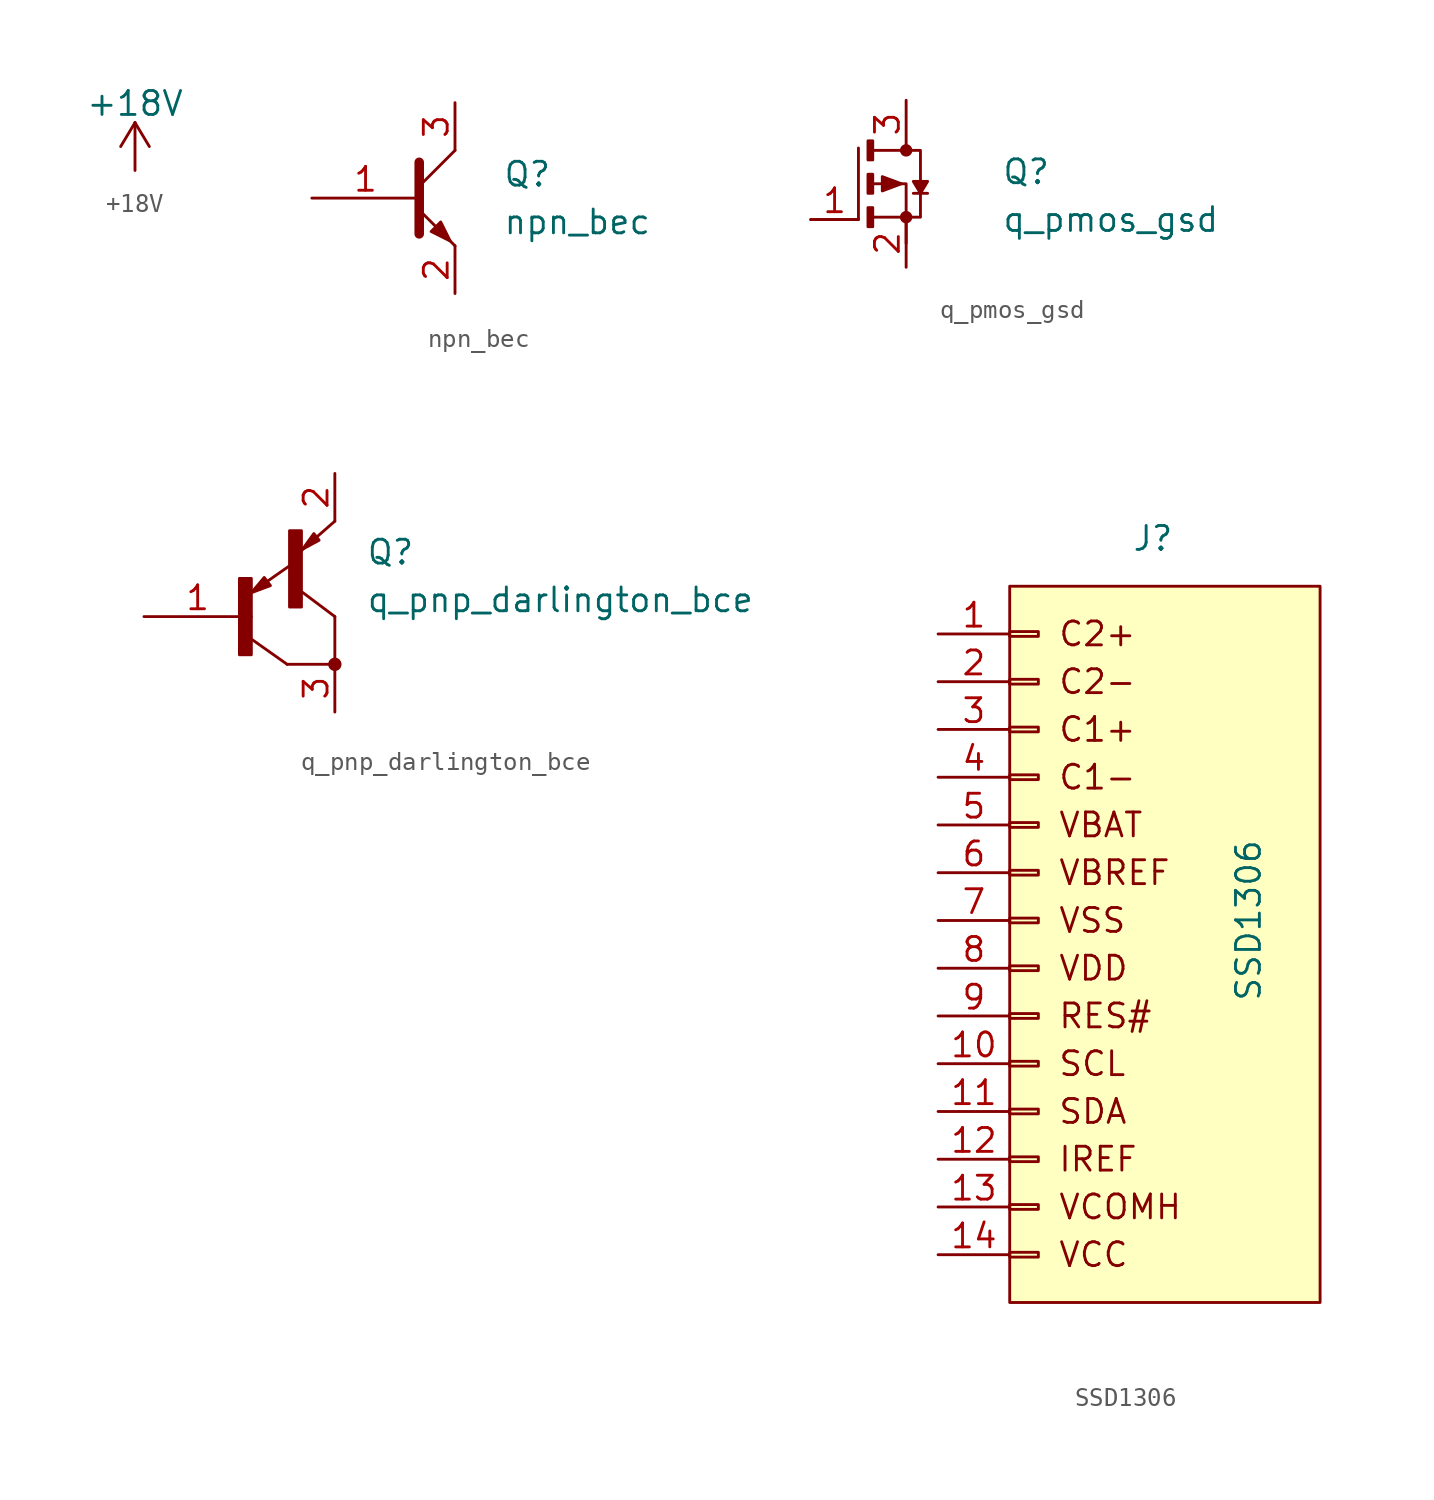
<source format=kicad_sym>
(kicad_symbol_lib
  (version 20241209)
  (generator "kicad_symbol_editor")
  (generator_version "9.0")
  (symbol "+18V"
    (power)
    (pin_names
      (offset 0))
    (property "Reference" "#PWR"
      (at 0 -3.81 0)
      (effects (font (size 1.27 1.27)) (hide yes)))
    (property "Value" "+18V"
      (at 0 3.556 0)
      (effects (font (size 1.27 1.27))))
    (symbol "+18V_0_1"
      (polyline (pts (xy -0.762 1.27) (xy 0 2.54)) (stroke (width 0) (type default)) (fill (type none)))
      (polyline (pts (xy 0 2.54) (xy 0.762 1.27)) (stroke (width 0) (type default)) (fill (type none)))
      (polyline (pts (xy 0 0) (xy 0 2.54)) (stroke (width 0) (type default)) (fill (type none))))
    (symbol "+18V_1_1"
      (pin power_in line (at 0 0 90) (length 0) (hide yes) (name "+8V" (effects (font (size 1.27 1.27)))) (number "1" (effects (font (size 1.27 1.27)))))))
  (symbol "npn_bec"
    (pin_names
      (offset 0)
      (hide yes))
    (property "Reference" "Q"
      (at 5.08 1.27 0)
      (effects (font (size 1.27 1.27)) (justify left)))
    (property "Value" "npn_bec"
      (at 5.08 -1.27 0)
      (effects (font (size 1.27 1.27)) (justify left)))
    (symbol "npn_bec_0_1"
      (polyline (pts (xy 0.635 1.905) (xy 0.635 -1.905) (xy 0.635 -1.905)) (stroke (width 0.508) (type default)) (fill (type none)))
      (polyline (pts (xy 0.635 0.635) (xy 2.54 2.54)) (stroke (width 0) (type default)) (fill (type none)))
      (polyline (pts (xy 0.635 -0.635) (xy 2.54 -2.54) (xy 2.54 -2.54)) (stroke (width 0) (type default)) (fill (type none)))
      (polyline (pts (xy 1.27 -1.778) (xy 1.778 -1.27) (xy 2.286 -2.286) (xy 1.27 -1.778) (xy 1.27 -1.778)) (stroke (width 0) (type default)) (fill (type outline))))
    (symbol "npn_bec_1_1"
      (pin input line (at -5.08 0 0) (length 5.715) (name "B" (effects (font (size 1.27 1.27)))) (number "1" (effects (font (size 1.27 1.27)))))
      (pin passive line (at 2.54 5.08 270) (length 2.54) (name "C" (effects (font (size 1.27 1.27)))) (number "3" (effects (font (size 1.27 1.27)))))
      (pin passive line (at 2.54 -5.08 90) (length 2.54) (name "E" (effects (font (size 1.27 1.27)))) (number "2" (effects (font (size 1.27 1.27)))))))
  (symbol "q_pmos_gsd"
    (pin_names
      (offset 0)
      (hide yes))
    (property "Reference" "Q"
      (at 7.62 1.27 0)
      (effects (font (size 1.27 1.27)) (justify left)))
    (property "Value" "q_pmos_gsd"
      (at 7.62 -1.27 0)
      (effects (font (size 1.27 1.27)) (justify left)))
    (symbol "q_pmos_gsd_0_1"
      (polyline (pts (xy -2.54 -1.27) (xy 0 -1.27) (xy 0 2.54)) (stroke (width 0) (type default)) (fill (type none)))
      (polyline (pts (xy 0.508 2.921) (xy 0.508 1.905) (xy 0.762 1.905) (xy 0.762 2.921) (xy 0.508 2.921)) (stroke (width 0) (type default)) (fill (type outline)))
      (polyline (pts (xy 0.508 1.143) (xy 0.508 0.127) (xy 0.762 0.127) (xy 0.762 1.143) (xy 0.508 1.143) (xy 0.508 1.016)) (stroke (width 0) (type default)) (fill (type outline)))
      (polyline (pts (xy 0.508 -0.635) (xy 0.508 -1.651) (xy 0.762 -1.651) (xy 0.762 -0.635) (xy 0.508 -0.635)) (stroke (width 0) (type default)) (fill (type outline)))
      (polyline (pts (xy 0.762 2.413) (xy 3.302 2.413) (xy 3.302 -1.143) (xy 0.762 -1.143)) (stroke (width 0) (type default)) (fill (type none)))
      (polyline (pts (xy 2.286 0.635) (xy 1.27 1.016) (xy 1.27 0.254) (xy 2.286 0.635)) (stroke (width 0) (type default)) (fill (type outline)))
      (polyline (pts (xy 2.54 2.54) (xy 2.54 2.413)) (stroke (width 0) (type default)) (fill (type none)))
      (circle (center 2.54 2.413) (radius 0.254) (stroke (width 0) (type default)) (fill (type outline)))
      (circle (center 2.54 -1.143) (radius 0.254) (stroke (width 0) (type default)) (fill (type outline)))
      (polyline (pts (xy 2.54 -2.54) (xy 2.54 0.635) (xy 0.762 0.635)) (stroke (width 0) (type default)) (fill (type none)))
      (polyline (pts (xy 2.921 0.127) (xy 3.683 0.127)) (stroke (width 0) (type default)) (fill (type none)))
      (polyline (pts (xy 3.302 0.127) (xy 2.921 0.762) (xy 3.683 0.762) (xy 3.302 0.127)) (stroke (width 0) (type default)) (fill (type outline))))
    (symbol "q_pmos_gsd_1_1"
      (pin input line (at -2.54 -1.27 0) (length 2.54) (name "G" (effects (font (size 1.27 1.27)))) (number "1" (effects (font (size 1.27 1.27)))))
      (pin passive line (at 2.54 5.08 270) (length 2.54) (name "D" (effects (font (size 1.27 1.27)))) (number "3" (effects (font (size 1.27 1.27)))))
      (pin passive line (at 2.54 -3.81 90) (length 2.54) (name "S" (effects (font (size 1.27 1.27)))) (number "2" (effects (font (size 1.27 1.27)))))))
  (symbol "q_pnp_darlington_bce"
    (pin_names
      (offset 0)
      (hide yes))
    (property "Reference" "Q"
      (at 6.731 3.429 0)
      (effects (font (size 1.27 1.27)) (justify left)))
    (property "Value" "q_pnp_darlington_bce"
      (at 6.731 0.889 0)
      (effects (font (size 1.27 1.27)) (justify left)))
    (symbol "q_pnp_darlington_bce_0_1"
      (polyline (pts (xy 0 2.032) (xy 0 -2.032) (xy 0.635 -2.032) (xy 0.635 2.032) (xy 0.254 2.032) (xy 0 2.032)) (stroke (width 0) (type default)) (fill (type outline)))
      (polyline (pts (xy 0.381 -1.016) (xy 2.54 -2.54)) (stroke (width 0) (type default)) (fill (type none)))
      (polyline (pts (xy 0.635 1.27) (xy 1.321 2.083) (xy 1.651 1.651) (xy 0.635 1.27)) (stroke (width 0) (type default)) (fill (type outline)))
      (polyline (pts (xy 2.667 4.572) (xy 2.667 0.508) (xy 3.302 0.508) (xy 3.302 4.572) (xy 2.921 4.572) (xy 2.667 4.572)) (stroke (width 0) (type default)) (fill (type outline)))
      (polyline (pts (xy 2.794 2.794) (xy 0.254 1.016)) (stroke (width 0) (type default)) (fill (type none)))
      (polyline (pts (xy 3.048 1.524) (xy 5.08 0)) (stroke (width 0) (type default)) (fill (type none)))
      (polyline (pts (xy 3.302 3.505) (xy 3.962 4.42) (xy 4.242 4.064) (xy 3.302 3.556)) (stroke (width 0) (type default)) (fill (type outline)))
      (polyline (pts (xy 5.08 5.08) (xy 3.048 3.302)) (stroke (width 0) (type default)) (fill (type none)))
      (polyline (pts (xy 5.08 0) (xy 5.08 -2.54) (xy 2.54 -2.54)) (stroke (width 0) (type default)) (fill (type none)))
      (circle (center 5.08 -2.54) (radius 0.279) (stroke (width 0) (type default)) (fill (type outline))))
    (symbol "q_pnp_darlington_bce_1_1"
      (pin input line (at -5.08 0 0) (length 5.715) (name "B" (effects (font (size 1.27 1.27)))) (number "1" (effects (font (size 1.27 1.27)))))
      (pin passive line (at 5.08 7.62 270) (length 2.54) (name "C" (effects (font (size 1.27 1.27)))) (number "2" (effects (font (size 1.27 1.27)))))
      (pin passive line (at 5.08 -5.08 90) (length 2.54) (name "E" (effects (font (size 1.27 1.27)))) (number "3" (effects (font (size 1.27 1.27)))))))
  (symbol "SSD1306"
    (pin_names
      (offset 1.016)
      (hide yes))
    (property "Reference" "J"
      (at 6.35 21.59 0)
      (effects (font (size 1.27 1.27))))
    (property "Value" "SSD1306"
      (at 11.43 1.27 90)
      (effects (font (size 1.27 1.27))))
    (symbol "SSD1306_0_0"
      (text "C2+" (at 1.27 16.51 0) (effects (font (size 1.27 1.27)) (justify left)))
      (text "C2-" (at 1.27 13.97 0) (effects (font (size 1.27 1.27)) (justify left)))
      (text "C1+" (at 1.27 11.43 0) (effects (font (size 1.27 1.27)) (justify left)))
      (text "C1-" (at 1.27 8.89 0) (effects (font (size 1.27 1.27)) (justify left)))
      (text "VBAT" (at 1.27 6.35 0) (effects (font (size 1.27 1.27)) (justify left)))
      (text "VBREF" (at 1.27 3.81 0) (effects (font (size 1.27 1.27)) (justify left)))
      (text "VSS" (at 1.27 1.27 0) (effects (font (size 1.27 1.27)) (justify left)))
      (text "VDD" (at 1.27 -1.27 0) (effects (font (size 1.27 1.27)) (justify left)))
      (text "RES#" (at 1.27 -3.81 0) (effects (font (size 1.27 1.27)) (justify left)))
      (text "SCL" (at 1.27 -6.35 0) (effects (font (size 1.27 1.27)) (justify left)))
      (text "SDA" (at 1.27 -8.89 0) (effects (font (size 1.27 1.27)) (justify left)))
      (text "IREF" (at 1.27 -11.43 0) (effects (font (size 1.27 1.27)) (justify left)))
      (text "VCOMH" (at 1.27 -13.97 0) (effects (font (size 1.27 1.27)) (justify left)))
      (text "VCC" (at 1.27 -16.51 0) (effects (font (size 1.27 1.27)) (justify left))))
    (symbol "SSD1306_0_1"
      (rectangle (start -1.27 19.05) (end 15.24 -19.05) (stroke (width 0) (type default)) (fill (type background)))
      (rectangle (start -1.27 16.637) (end 0.254 16.383) (stroke (width 0) (type default)) (fill (type none)))
      (rectangle (start -1.27 14.097) (end 0.254 13.843) (stroke (width 0) (type default)) (fill (type none)))
      (rectangle (start -1.27 11.557) (end 0.254 11.303) (stroke (width 0) (type default)) (fill (type none)))
      (rectangle (start -1.27 9.017) (end 0.254 8.763) (stroke (width 0) (type default)) (fill (type none)))
      (rectangle (start -1.27 6.477) (end 0.254 6.223) (stroke (width 0) (type default)) (fill (type none)))
      (rectangle (start -1.27 3.937) (end 0.254 3.683) (stroke (width 0) (type default)) (fill (type none)))
      (rectangle (start -1.27 1.397) (end 0.254 1.143) (stroke (width 0) (type default)) (fill (type none)))
      (rectangle (start -1.27 -1.143) (end 0.254 -1.397) (stroke (width 0) (type default)) (fill (type none)))
      (rectangle (start -1.27 -3.683) (end 0.254 -3.937) (stroke (width 0) (type default)) (fill (type none)))
      (rectangle (start -1.27 -6.223) (end 0.254 -6.477) (stroke (width 0) (type default)) (fill (type none)))
      (rectangle (start -1.27 -8.763) (end 0.254 -9.017) (stroke (width 0) (type default)) (fill (type none)))
      (rectangle (start -1.27 -11.303) (end 0.254 -11.557) (stroke (width 0) (type default)) (fill (type none)))
      (rectangle (start -1.27 -13.843) (end 0.254 -14.097) (stroke (width 0) (type default)) (fill (type none)))
      (rectangle (start -1.27 -16.383) (end 0.254 -16.637) (stroke (width 0) (type default)) (fill (type none))))
    (symbol "SSD1306_1_1"
      (pin passive line (at -5.08 16.51 0) (length 3.81) (name "C2+" (effects (font (size 1.27 1.27)))) (number "1" (effects (font (size 1.27 1.27)))))
      (pin passive line (at -5.08 13.97 0) (length 3.81) (name "C2-" (effects (font (size 1.27 1.27)))) (number "2" (effects (font (size 1.27 1.27)))))
      (pin passive line (at -5.08 11.43 0) (length 3.81) (name "C1+" (effects (font (size 1.27 1.27)))) (number "3" (effects (font (size 1.27 1.27)))))
      (pin passive line (at -5.08 8.89 0) (length 3.81) (name "C1-" (effects (font (size 1.27 1.27)))) (number "4" (effects (font (size 1.27 1.27)))))
      (pin passive line (at -5.08 6.35 0) (length 3.81) (name "VBAT" (effects (font (size 1.27 1.27)))) (number "5" (effects (font (size 1.27 1.27)))))
      (pin passive line (at -5.08 3.81 0) (length 3.81) (name "VBREF" (effects (font (size 1.27 1.27)))) (number "6" (effects (font (size 1.27 1.27)))))
      (pin passive line (at -5.08 1.27 0) (length 3.81) (name "VSS" (effects (font (size 1.27 1.27)))) (number "7" (effects (font (size 1.27 1.27)))))
      (pin passive line (at -5.08 -1.27 0) (length 3.81) (name "VDD" (effects (font (size 1.27 1.27)))) (number "8" (effects (font (size 1.27 1.27)))))
      (pin passive line (at -5.08 -3.81 0) (length 3.81) (name "RES#" (effects (font (size 1.27 1.27)))) (number "9" (effects (font (size 1.27 1.27)))))
      (pin passive line (at -5.08 -6.35 0) (length 3.81) (name "SCL" (effects (font (size 1.27 1.27)))) (number "10" (effects (font (size 1.27 1.27)))))
      (pin passive line (at -5.08 -8.89 0) (length 3.81) (name "SDA" (effects (font (size 1.27 1.27)))) (number "11" (effects (font (size 1.27 1.27)))))
      (pin passive line (at -5.08 -11.43 0) (length 3.81) (name "IREF" (effects (font (size 1.27 1.27)))) (number "12" (effects (font (size 1.27 1.27)))))
      (pin passive line (at -5.08 -13.97 0) (length 3.81) (name "VCOMH" (effects (font (size 1.27 1.27)))) (number "13" (effects (font (size 1.27 1.27)))))
      (pin passive line (at -5.08 -16.51 0) (length 3.81) (name "VCC" (effects (font (size 1.27 1.27)))) (number "14" (effects (font (size 1.27 1.27))))))))
</source>
